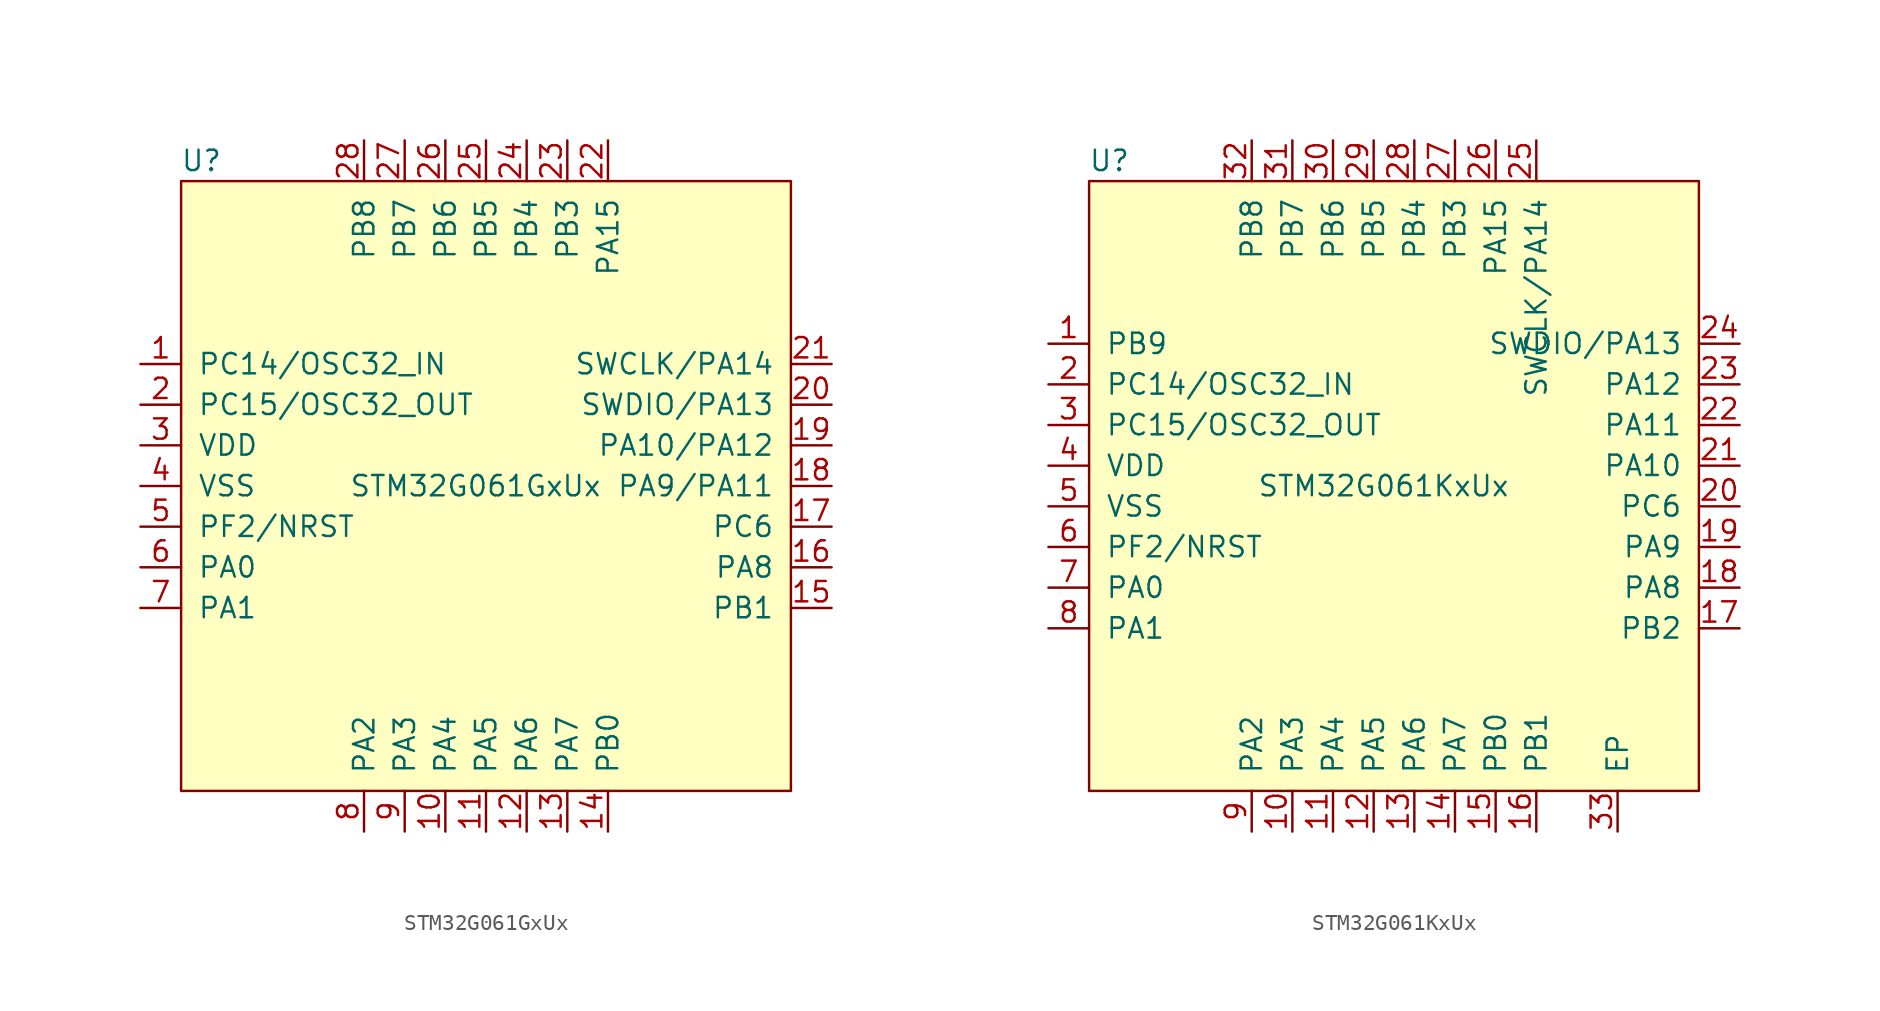
<source format=kicad_sym>
(kicad_symbol_lib
  (version 20241209)
  (generator "kicad_symbol_editor")
  (generator_version "9.0")
  (symbol "STM32G061GxUx"
    (pin_names
      (offset 1.016))
    (property "Reference" "U"
      (at 1.27 39.37 0)
      (effects (font (size 1.27 1.27))))
    (property "Value" "STM32G061GxUx"
      (at 18.395 19.05 0)
      (effects (font (size 1.27 1.27))))
    (symbol "STM32G061GxUx_0_1"
      (rectangle (start 0 38.1) (end 38.1 0) (stroke (width 0) (type default)) (fill (type background))))
    (symbol "STM32G061GxUx_1_1"
      (pin bidirectional line (at -2.54 26.67 0) (length 2.54) (name "PC14/OSC32_IN" (effects (font (size 1.27 1.27)))) (number "1" (effects (font (size 1.27 1.27)))))
      (pin bidirectional line (at -2.54 24.13 0) (length 2.54) (name "PC15/OSC32_OUT" (effects (font (size 1.27 1.27)))) (number "2" (effects (font (size 1.27 1.27)))))
      (pin power_in line (at -2.54 21.59 0) (length 2.54) (name "VDD" (effects (font (size 1.27 1.27)))) (number "3" (effects (font (size 1.27 1.27)))))
      (pin power_in line (at -2.54 19.05 0) (length 2.54) (name "VSS" (effects (font (size 1.27 1.27)))) (number "4" (effects (font (size 1.27 1.27)))))
      (pin bidirectional line (at -2.54 16.51 0) (length 2.54) (name "PF2/NRST" (effects (font (size 1.27 1.27)))) (number "5" (effects (font (size 1.27 1.27)))))
      (pin bidirectional line (at -2.54 13.97 0) (length 2.54) (name "PA0" (effects (font (size 1.27 1.27)))) (number "6" (effects (font (size 1.27 1.27)))))
      (pin bidirectional line (at -2.54 11.43 0) (length 2.54) (name "PA1" (effects (font (size 1.27 1.27)))) (number "7" (effects (font (size 1.27 1.27)))))
      (pin bidirectional line (at 11.43 40.64 270) (length 2.54) (name "PB8" (effects (font (size 1.27 1.27)))) (number "28" (effects (font (size 1.27 1.27)))))
      (pin bidirectional line (at 11.43 -2.54 90) (length 2.54) (name "PA2" (effects (font (size 1.27 1.27)))) (number "8" (effects (font (size 1.27 1.27)))))
      (pin bidirectional line (at 13.97 40.64 270) (length 2.54) (name "PB7" (effects (font (size 1.27 1.27)))) (number "27" (effects (font (size 1.27 1.27)))))
      (pin bidirectional line (at 13.97 -2.54 90) (length 2.54) (name "PA3" (effects (font (size 1.27 1.27)))) (number "9" (effects (font (size 1.27 1.27)))))
      (pin bidirectional line (at 16.51 40.64 270) (length 2.54) (name "PB6" (effects (font (size 1.27 1.27)))) (number "26" (effects (font (size 1.27 1.27)))))
      (pin bidirectional line (at 16.51 -2.54 90) (length 2.54) (name "PA4" (effects (font (size 1.27 1.27)))) (number "10" (effects (font (size 1.27 1.27)))))
      (pin bidirectional line (at 19.05 40.64 270) (length 2.54) (name "PB5" (effects (font (size 1.27 1.27)))) (number "25" (effects (font (size 1.27 1.27)))))
      (pin bidirectional line (at 19.05 -2.54 90) (length 2.54) (name "PA5" (effects (font (size 1.27 1.27)))) (number "11" (effects (font (size 1.27 1.27)))))
      (pin bidirectional line (at 21.59 40.64 270) (length 2.54) (name "PB4" (effects (font (size 1.27 1.27)))) (number "24" (effects (font (size 1.27 1.27)))))
      (pin bidirectional line (at 21.59 -2.54 90) (length 2.54) (name "PA6" (effects (font (size 1.27 1.27)))) (number "12" (effects (font (size 1.27 1.27)))))
      (pin bidirectional line (at 24.13 40.64 270) (length 2.54) (name "PB3" (effects (font (size 1.27 1.27)))) (number "23" (effects (font (size 1.27 1.27)))))
      (pin bidirectional line (at 24.13 -2.54 90) (length 2.54) (name "PA7" (effects (font (size 1.27 1.27)))) (number "13" (effects (font (size 1.27 1.27)))))
      (pin bidirectional line (at 26.67 40.64 270) (length 2.54) (name "PA15" (effects (font (size 1.27 1.27)))) (number "22" (effects (font (size 1.27 1.27)))))
      (pin bidirectional line (at 26.67 -2.54 90) (length 2.54) (name "PB0" (effects (font (size 1.27 1.27)))) (number "14" (effects (font (size 1.27 1.27)))))
      (pin bidirectional line (at 40.64 26.67 180) (length 2.54) (name "SWCLK/PA14" (effects (font (size 1.27 1.27)))) (number "21" (effects (font (size 1.27 1.27)))))
      (pin bidirectional line (at 40.64 24.13 180) (length 2.54) (name "SWDIO/PA13" (effects (font (size 1.27 1.27)))) (number "20" (effects (font (size 1.27 1.27)))))
      (pin bidirectional line (at 40.64 21.59 180) (length 2.54) (name "PA10/PA12" (effects (font (size 1.27 1.27)))) (number "19" (effects (font (size 1.27 1.27)))))
      (pin bidirectional line (at 40.64 19.05 180) (length 2.54) (name "PA9/PA11" (effects (font (size 1.27 1.27)))) (number "18" (effects (font (size 1.27 1.27)))))
      (pin bidirectional line (at 40.64 16.51 180) (length 2.54) (name "PC6" (effects (font (size 1.27 1.27)))) (number "17" (effects (font (size 1.27 1.27)))))
      (pin bidirectional line (at 40.64 13.97 180) (length 2.54) (name "PA8" (effects (font (size 1.27 1.27)))) (number "16" (effects (font (size 1.27 1.27)))))
      (pin bidirectional line (at 40.64 11.43 180) (length 2.54) (name "PB1" (effects (font (size 1.27 1.27)))) (number "15" (effects (font (size 1.27 1.27)))))))
  (symbol "STM32G061KxUx"
    (pin_names
      (offset 1.016))
    (property "Reference" "U"
      (at 1.27 39.37 0)
      (effects (font (size 1.27 1.27))))
    (property "Value" "STM32G061KxUx"
      (at 18.395 19.05 0)
      (effects (font (size 1.27 1.27))))
    (symbol "STM32G061KxUx_0_1"
      (rectangle (start 0 38.1) (end 38.1 0) (stroke (width 0) (type default)) (fill (type background))))
    (symbol "STM32G061KxUx_1_1"
      (pin bidirectional line (at -2.54 27.94 0) (length 2.54) (name "PB9" (effects (font (size 1.27 1.27)))) (number "1" (effects (font (size 1.27 1.27)))))
      (pin bidirectional line (at -2.54 25.4 0) (length 2.54) (name "PC14/OSC32_IN" (effects (font (size 1.27 1.27)))) (number "2" (effects (font (size 1.27 1.27)))))
      (pin bidirectional line (at -2.54 22.86 0) (length 2.54) (name "PC15/OSC32_OUT" (effects (font (size 1.27 1.27)))) (number "3" (effects (font (size 1.27 1.27)))))
      (pin power_in line (at -2.54 20.32 0) (length 2.54) (name "VDD" (effects (font (size 1.27 1.27)))) (number "4" (effects (font (size 1.27 1.27)))))
      (pin power_in line (at -2.54 17.78 0) (length 2.54) (name "VSS" (effects (font (size 1.27 1.27)))) (number "5" (effects (font (size 1.27 1.27)))))
      (pin bidirectional line (at -2.54 15.24 0) (length 2.54) (name "PF2/NRST" (effects (font (size 1.27 1.27)))) (number "6" (effects (font (size 1.27 1.27)))))
      (pin bidirectional line (at -2.54 12.7 0) (length 2.54) (name "PA0" (effects (font (size 1.27 1.27)))) (number "7" (effects (font (size 1.27 1.27)))))
      (pin bidirectional line (at -2.54 10.16 0) (length 2.54) (name "PA1" (effects (font (size 1.27 1.27)))) (number "8" (effects (font (size 1.27 1.27)))))
      (pin bidirectional line (at 10.16 40.64 270) (length 2.54) (name "PB8" (effects (font (size 1.27 1.27)))) (number "32" (effects (font (size 1.27 1.27)))))
      (pin bidirectional line (at 10.16 -2.54 90) (length 2.54) (name "PA2" (effects (font (size 1.27 1.27)))) (number "9" (effects (font (size 1.27 1.27)))))
      (pin bidirectional line (at 12.7 40.64 270) (length 2.54) (name "PB7" (effects (font (size 1.27 1.27)))) (number "31" (effects (font (size 1.27 1.27)))))
      (pin bidirectional line (at 12.7 -2.54 90) (length 2.54) (name "PA3" (effects (font (size 1.27 1.27)))) (number "10" (effects (font (size 1.27 1.27)))))
      (pin bidirectional line (at 15.24 40.64 270) (length 2.54) (name "PB6" (effects (font (size 1.27 1.27)))) (number "30" (effects (font (size 1.27 1.27)))))
      (pin bidirectional line (at 15.24 -2.54 90) (length 2.54) (name "PA4" (effects (font (size 1.27 1.27)))) (number "11" (effects (font (size 1.27 1.27)))))
      (pin bidirectional line (at 17.78 40.64 270) (length 2.54) (name "PB5" (effects (font (size 1.27 1.27)))) (number "29" (effects (font (size 1.27 1.27)))))
      (pin bidirectional line (at 17.78 -2.54 90) (length 2.54) (name "PA5" (effects (font (size 1.27 1.27)))) (number "12" (effects (font (size 1.27 1.27)))))
      (pin bidirectional line (at 20.32 40.64 270) (length 2.54) (name "PB4" (effects (font (size 1.27 1.27)))) (number "28" (effects (font (size 1.27 1.27)))))
      (pin bidirectional line (at 20.32 -2.54 90) (length 2.54) (name "PA6" (effects (font (size 1.27 1.27)))) (number "13" (effects (font (size 1.27 1.27)))))
      (pin bidirectional line (at 22.86 40.64 270) (length 2.54) (name "PB3" (effects (font (size 1.27 1.27)))) (number "27" (effects (font (size 1.27 1.27)))))
      (pin bidirectional line (at 22.86 -2.54 90) (length 2.54) (name "PA7" (effects (font (size 1.27 1.27)))) (number "14" (effects (font (size 1.27 1.27)))))
      (pin bidirectional line (at 25.4 40.64 270) (length 2.54) (name "PA15" (effects (font (size 1.27 1.27)))) (number "26" (effects (font (size 1.27 1.27)))))
      (pin bidirectional line (at 25.4 -2.54 90) (length 2.54) (name "PB0" (effects (font (size 1.27 1.27)))) (number "15" (effects (font (size 1.27 1.27)))))
      (pin bidirectional line (at 27.94 40.64 270) (length 2.54) (name "SWCLK/PA14" (effects (font (size 1.27 1.27)))) (number "25" (effects (font (size 1.27 1.27)))))
      (pin bidirectional line (at 27.94 -2.54 90) (length 2.54) (name "PB1" (effects (font (size 1.27 1.27)))) (number "16" (effects (font (size 1.27 1.27)))))
      (pin power_in line (at 33.02 -2.54 90) (length 2.54) (name "EP" (effects (font (size 1.27 1.27)))) (number "33" (effects (font (size 1.27 1.27)))))
      (pin bidirectional line (at 40.64 27.94 180) (length 2.54) (name "SWDIO/PA13" (effects (font (size 1.27 1.27)))) (number "24" (effects (font (size 1.27 1.27)))))
      (pin bidirectional line (at 40.64 25.4 180) (length 2.54) (name "PA12" (effects (font (size 1.27 1.27)))) (number "23" (effects (font (size 1.27 1.27)))))
      (pin bidirectional line (at 40.64 22.86 180) (length 2.54) (name "PA11" (effects (font (size 1.27 1.27)))) (number "22" (effects (font (size 1.27 1.27)))))
      (pin bidirectional line (at 40.64 20.32 180) (length 2.54) (name "PA10" (effects (font (size 1.27 1.27)))) (number "21" (effects (font (size 1.27 1.27)))))
      (pin bidirectional line (at 40.64 17.78 180) (length 2.54) (name "PC6" (effects (font (size 1.27 1.27)))) (number "20" (effects (font (size 1.27 1.27)))))
      (pin bidirectional line (at 40.64 15.24 180) (length 2.54) (name "PA9" (effects (font (size 1.27 1.27)))) (number "19" (effects (font (size 1.27 1.27)))))
      (pin bidirectional line (at 40.64 12.7 180) (length 2.54) (name "PA8" (effects (font (size 1.27 1.27)))) (number "18" (effects (font (size 1.27 1.27)))))
      (pin bidirectional line (at 40.64 10.16 180) (length 2.54) (name "PB2" (effects (font (size 1.27 1.27)))) (number "17" (effects (font (size 1.27 1.27))))))))
</source>
